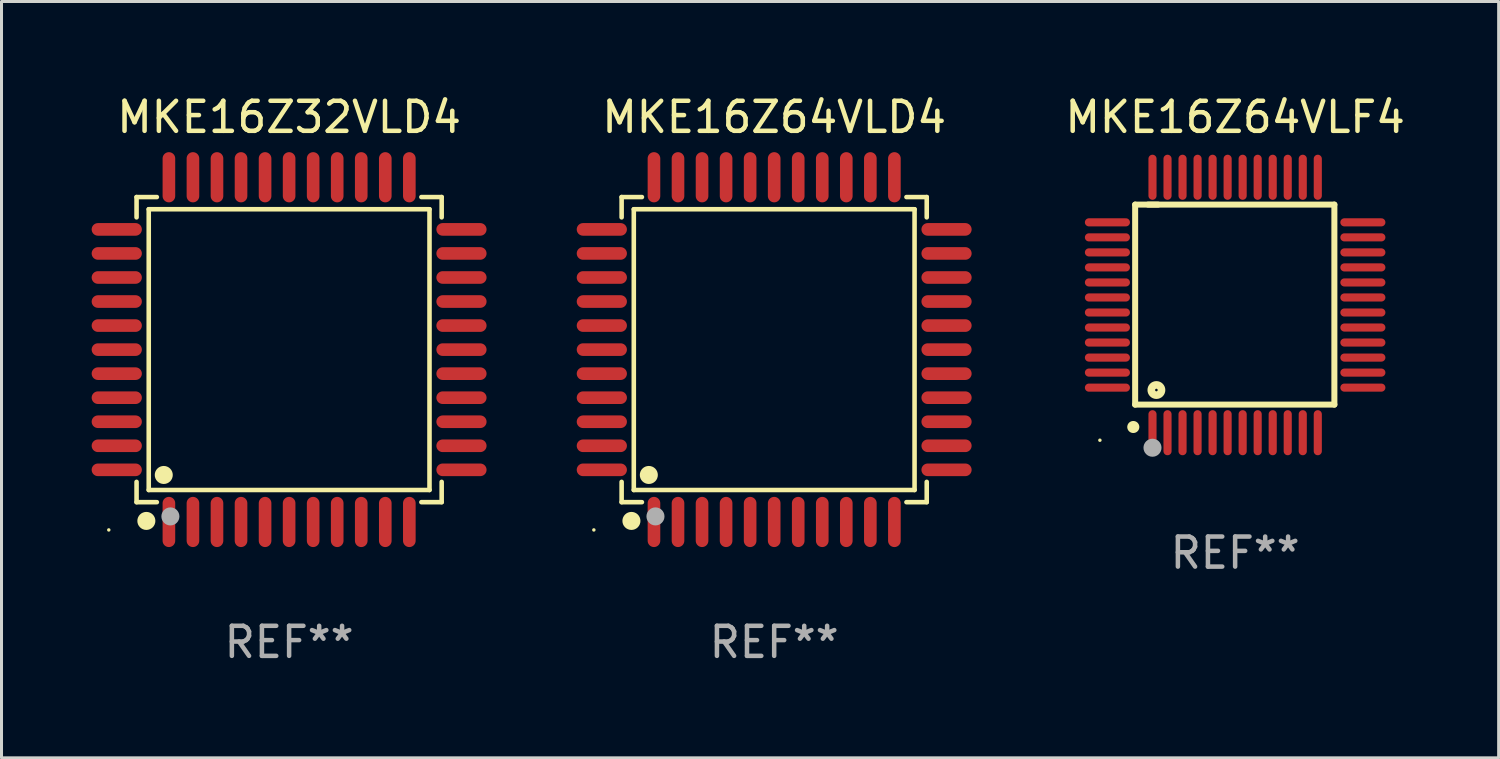
<source format=kicad_pcb>
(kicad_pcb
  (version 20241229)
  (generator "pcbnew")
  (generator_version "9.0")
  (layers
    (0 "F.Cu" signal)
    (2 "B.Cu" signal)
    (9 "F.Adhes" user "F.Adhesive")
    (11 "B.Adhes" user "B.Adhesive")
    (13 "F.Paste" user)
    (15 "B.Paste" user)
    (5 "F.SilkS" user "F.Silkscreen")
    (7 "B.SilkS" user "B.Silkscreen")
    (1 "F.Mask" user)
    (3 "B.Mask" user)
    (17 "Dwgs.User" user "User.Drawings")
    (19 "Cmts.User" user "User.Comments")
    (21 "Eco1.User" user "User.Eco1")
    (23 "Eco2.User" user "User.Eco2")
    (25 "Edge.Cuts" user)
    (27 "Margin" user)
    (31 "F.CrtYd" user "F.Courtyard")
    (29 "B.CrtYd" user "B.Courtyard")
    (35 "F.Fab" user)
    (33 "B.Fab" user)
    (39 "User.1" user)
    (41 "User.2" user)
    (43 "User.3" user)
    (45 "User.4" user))
  (footprint "MKE16Z64VLD4"
    (layer "F.Cu")
    (at 22.71 8.583)
    (property "Reference" "MKE16Z64VLD4" (at 0 -7.735 0) (layer "F.SilkS") (effects (font (size 1 1) (thickness 0.15))))
    (attr through_hole)
    (fp_line (start -5.076 -5.076) (end -4.401 -5.076) (stroke (width 0.152) (type solid)) (layer "F.SilkS"))
    (fp_line (start -5.076 -4.401) (end -5.076 -5.076) (stroke (width 0.152) (type solid)) (layer "F.SilkS"))
    (fp_line (start -5.076 4.401) (end -5.076 5.076) (stroke (width 0.152) (type solid)) (layer "F.SilkS"))
    (fp_line (start -5.076 5.076) (end -4.401 5.076) (stroke (width 0.152) (type solid)) (layer "F.SilkS"))
    (fp_line (start -4.671 -4.671) (end 4.671 -4.671) (stroke (width 0.152) (type solid)) (layer "F.SilkS"))
    (fp_line (start -4.671 4.671) (end -4.671 -4.671) (stroke (width 0.152) (type solid)) (layer "F.SilkS"))
    (fp_line (start 4.671 -4.671) (end 4.671 4.671) (stroke (width 0.152) (type solid)) (layer "F.SilkS"))
    (fp_line (start 4.671 4.671) (end -4.671 4.671) (stroke (width 0.152) (type solid)) (layer "F.SilkS"))
    (fp_line (start 5.076 -5.076) (end 4.401 -5.076) (stroke (width 0.152) (type solid)) (layer "F.SilkS"))
    (fp_line (start 5.076 -4.401) (end 5.076 -5.076) (stroke (width 0.152) (type solid)) (layer "F.SilkS"))
    (fp_line (start 5.076 4.401) (end 5.076 5.076) (stroke (width 0.152) (type solid)) (layer "F.SilkS"))
    (fp_line (start 5.076 5.076) (end 4.401 5.076) (stroke (width 0.152) (type solid)) (layer "F.SilkS"))
    (fp_circle (center -6 6) (end -5.97 6) (stroke (width 0.06) (type solid)) (fill no) (layer "F.SilkS"))
    (fp_circle (center -4.75 5.7) (end -4.6 5.7) (stroke (width 0.3) (type solid)) (fill no) (layer "F.SilkS"))
    (fp_circle (center -4.171 4.171) (end -4.021 4.171) (stroke (width 0.3) (type solid)) (fill no) (layer "F.SilkS"))
    (fp_circle (center -3.95 5.55) (end -3.8 5.55) (stroke (width 0.3) (type solid)) (fill no) (layer "F.Fab"))
    (fp_text user "REF**" (at 0 9.735 0) (layer "F.Fab") (effects (font (size 1 1) (thickness 0.15))))
    (pad "1" smd oval (at -4 5.735) (size 0.42 1.67) (layers "F.Cu" "F.Mask" "F.Paste"))
    (pad "2" smd oval (at -3.2 5.735) (size 0.42 1.67) (layers "F.Cu" "F.Mask" "F.Paste"))
    (pad "3" smd oval (at -2.4 5.735) (size 0.42 1.67) (layers "F.Cu" "F.Mask" "F.Paste"))
    (pad "4" smd oval (at -1.6 5.735) (size 0.42 1.67) (layers "F.Cu" "F.Mask" "F.Paste"))
    (pad "5" smd oval (at -0.8 5.735) (size 0.42 1.67) (layers "F.Cu" "F.Mask" "F.Paste"))
    (pad "6" smd oval (at 0 5.735) (size 0.42 1.67) (layers "F.Cu" "F.Mask" "F.Paste"))
    (pad "7" smd oval (at 0.8 5.735) (size 0.42 1.67) (layers "F.Cu" "F.Mask" "F.Paste"))
    (pad "8" smd oval (at 1.6 5.735) (size 0.42 1.67) (layers "F.Cu" "F.Mask" "F.Paste"))
    (pad "9" smd oval (at 2.4 5.735) (size 0.42 1.67) (layers "F.Cu" "F.Mask" "F.Paste"))
    (pad "10" smd oval (at 3.2 5.735) (size 0.42 1.67) (layers "F.Cu" "F.Mask" "F.Paste"))
    (pad "11" smd oval (at 4 5.735) (size 0.42 1.67) (layers "F.Cu" "F.Mask" "F.Paste"))
    (pad "12" smd oval (at 5.735 4) (size 1.67 0.42) (layers "F.Cu" "F.Mask" "F.Paste"))
    (pad "13" smd oval (at 5.735 3.2) (size 1.67 0.42) (layers "F.Cu" "F.Mask" "F.Paste"))
    (pad "14" smd oval (at 5.735 2.4) (size 1.67 0.42) (layers "F.Cu" "F.Mask" "F.Paste"))
    (pad "15" smd oval (at 5.735 1.6) (size 1.67 0.42) (layers "F.Cu" "F.Mask" "F.Paste"))
    (pad "16" smd oval (at 5.735 0.8) (size 1.67 0.42) (layers "F.Cu" "F.Mask" "F.Paste"))
    (pad "17" smd oval (at 5.735 0) (size 1.67 0.42) (layers "F.Cu" "F.Mask" "F.Paste"))
    (pad "18" smd oval (at 5.735 -0.8) (size 1.67 0.42) (layers "F.Cu" "F.Mask" "F.Paste"))
    (pad "19" smd oval (at 5.735 -1.6) (size 1.67 0.42) (layers "F.Cu" "F.Mask" "F.Paste"))
    (pad "20" smd oval (at 5.735 -2.4) (size 1.67 0.42) (layers "F.Cu" "F.Mask" "F.Paste"))
    (pad "21" smd oval (at 5.735 -3.2) (size 1.67 0.42) (layers "F.Cu" "F.Mask" "F.Paste"))
    (pad "22" smd oval (at 5.735 -4) (size 1.67 0.42) (layers "F.Cu" "F.Mask" "F.Paste"))
    (pad "23" smd oval (at 4 -5.735) (size 0.42 1.67) (layers "F.Cu" "F.Mask" "F.Paste"))
    (pad "24" smd oval (at 3.2 -5.735) (size 0.42 1.67) (layers "F.Cu" "F.Mask" "F.Paste"))
    (pad "25" smd oval (at 2.4 -5.735) (size 0.42 1.67) (layers "F.Cu" "F.Mask" "F.Paste"))
    (pad "26" smd oval (at 1.6 -5.735) (size 0.42 1.67) (layers "F.Cu" "F.Mask" "F.Paste"))
    (pad "27" smd oval (at 0.8 -5.735) (size 0.42 1.67) (layers "F.Cu" "F.Mask" "F.Paste"))
    (pad "28" smd oval (at 0 -5.735) (size 0.42 1.67) (layers "F.Cu" "F.Mask" "F.Paste"))
    (pad "29" smd oval (at -0.8 -5.735) (size 0.42 1.67) (layers "F.Cu" "F.Mask" "F.Paste"))
    (pad "30" smd oval (at -1.6 -5.735) (size 0.42 1.67) (layers "F.Cu" "F.Mask" "F.Paste"))
    (pad "31" smd oval (at -2.4 -5.735) (size 0.42 1.67) (layers "F.Cu" "F.Mask" "F.Paste"))
    (pad "32" smd oval (at -3.2 -5.735) (size 0.42 1.67) (layers "F.Cu" "F.Mask" "F.Paste"))
    (pad "33" smd oval (at -4 -5.735) (size 0.42 1.67) (layers "F.Cu" "F.Mask" "F.Paste"))
    (pad "34" smd oval (at -5.735 -4) (size 1.67 0.42) (layers "F.Cu" "F.Mask" "F.Paste"))
    (pad "35" smd oval (at -5.735 -3.2) (size 1.67 0.42) (layers "F.Cu" "F.Mask" "F.Paste"))
    (pad "36" smd oval (at -5.735 -2.4) (size 1.67 0.42) (layers "F.Cu" "F.Mask" "F.Paste"))
    (pad "37" smd oval (at -5.735 -1.6) (size 1.67 0.42) (layers "F.Cu" "F.Mask" "F.Paste"))
    (pad "38" smd oval (at -5.735 -0.8) (size 1.67 0.42) (layers "F.Cu" "F.Mask" "F.Paste"))
    (pad "39" smd oval (at -5.735 0) (size 1.67 0.42) (layers "F.Cu" "F.Mask" "F.Paste"))
    (pad "40" smd oval (at -5.735 0.8) (size 1.67 0.42) (layers "F.Cu" "F.Mask" "F.Paste"))
    (pad "41" smd oval (at -5.735 1.6) (size 1.67 0.42) (layers "F.Cu" "F.Mask" "F.Paste"))
    (pad "42" smd oval (at -5.735 2.4) (size 1.67 0.42) (layers "F.Cu" "F.Mask" "F.Paste"))
    (pad "43" smd oval (at -5.735 3.2) (size 1.67 0.42) (layers "F.Cu" "F.Mask" "F.Paste"))
    (pad "44" smd oval (at -5.735 4) (size 1.67 0.42) (layers "F.Cu" "F.Mask" "F.Paste")))
  (footprint "MKE16Z64VLF4"
    (layer "F.Cu")
    (at 38.048 7.098)
    (property "Reference" "MKE16Z64VLF4" (at 0 -6.25 0) (layer "F.SilkS") (effects (font (size 1 1) (thickness 0.15))))
    (attr through_hole)
    (fp_line (start -3.327 -3.34) (end -2.565 -3.34) (stroke (width 0.2) (type solid)) (layer "F.SilkS"))
    (fp_line (start -3.327 3.315) (end -3.327 -3.34) (stroke (width 0.2) (type solid)) (layer "F.SilkS"))
    (fp_line (start -2.896 -3.34) (end 3.302 -3.34) (stroke (width 0.2) (type solid)) (layer "F.SilkS"))
    (fp_line (start 3.302 -3.34) (end 3.302 3.315) (stroke (width 0.2) (type solid)) (layer "F.SilkS"))
    (fp_line (start 3.302 3.315) (end -3.327 3.315) (stroke (width 0.2) (type solid)) (layer "F.SilkS"))
    (fp_arc (start -3.389992 4.059995) (mid -3.388722 4.059991) (end -3.387452 4.059995) (stroke (width 0.4) (type solid)) (layer "F.SilkS"))
    (fp_circle (center -4.5 4.5) (end -4.47 4.5) (stroke (width 0.06) (type solid)) (fill no) (layer "F.SilkS"))
    (fp_circle (center -2.62 2.83) (end -2.45 2.83) (stroke (width 0.254) (type solid)) (fill no) (layer "F.SilkS"))
    (fp_circle (center -2.75 4.75) (end -2.6 4.75) (stroke (width 0.3) (type solid)) (fill no) (layer "F.Fab"))
    (fp_text user "REF**" (at 0 8.25 0) (layer "F.Fab") (effects (font (size 1 1) (thickness 0.15))))
    (pad "1" smd oval (at -2.75 4.25) (size 0.27 1.5) (layers "F.Cu" "F.Mask" "F.Paste"))
    (pad "2" smd oval (at -2.25 4.25) (size 0.27 1.5) (layers "F.Cu" "F.Mask" "F.Paste"))
    (pad "3" smd oval (at -1.75 4.25) (size 0.27 1.5) (layers "F.Cu" "F.Mask" "F.Paste"))
    (pad "4" smd oval (at -1.25 4.25) (size 0.27 1.5) (layers "F.Cu" "F.Mask" "F.Paste"))
    (pad "5" smd oval (at -0.75 4.25) (size 0.27 1.5) (layers "F.Cu" "F.Mask" "F.Paste"))
    (pad "6" smd oval (at -0.25 4.25) (size 0.27 1.5) (layers "F.Cu" "F.Mask" "F.Paste"))
    (pad "7" smd oval (at 0.25 4.25) (size 0.27 1.5) (layers "F.Cu" "F.Mask" "F.Paste"))
    (pad "8" smd oval (at 0.75 4.25) (size 0.27 1.5) (layers "F.Cu" "F.Mask" "F.Paste"))
    (pad "9" smd oval (at 1.25 4.25) (size 0.27 1.5) (layers "F.Cu" "F.Mask" "F.Paste"))
    (pad "10" smd oval (at 1.75 4.25) (size 0.27 1.5) (layers "F.Cu" "F.Mask" "F.Paste"))
    (pad "11" smd oval (at 2.25 4.25) (size 0.27 1.5) (layers "F.Cu" "F.Mask" "F.Paste"))
    (pad "12" smd oval (at 2.75 4.25) (size 0.27 1.5) (layers "F.Cu" "F.Mask" "F.Paste"))
    (pad "13" smd oval (at 4.25 2.75) (size 1.5 0.27) (layers "F.Cu" "F.Mask" "F.Paste"))
    (pad "14" smd oval (at 4.25 2.25) (size 1.5 0.27) (layers "F.Cu" "F.Mask" "F.Paste"))
    (pad "15" smd oval (at 4.25 1.75) (size 1.5 0.27) (layers "F.Cu" "F.Mask" "F.Paste"))
    (pad "16" smd oval (at 4.25 1.25) (size 1.5 0.27) (layers "F.Cu" "F.Mask" "F.Paste"))
    (pad "17" smd oval (at 4.25 0.75) (size 1.5 0.27) (layers "F.Cu" "F.Mask" "F.Paste"))
    (pad "18" smd oval (at 4.25 0.25) (size 1.5 0.27) (layers "F.Cu" "F.Mask" "F.Paste"))
    (pad "19" smd oval (at 4.25 -0.25) (size 1.5 0.27) (layers "F.Cu" "F.Mask" "F.Paste"))
    (pad "20" smd oval (at 4.25 -0.75) (size 1.5 0.27) (layers "F.Cu" "F.Mask" "F.Paste"))
    (pad "21" smd oval (at 4.25 -1.25) (size 1.5 0.27) (layers "F.Cu" "F.Mask" "F.Paste"))
    (pad "22" smd oval (at 4.25 -1.75) (size 1.5 0.27) (layers "F.Cu" "F.Mask" "F.Paste"))
    (pad "23" smd oval (at 4.25 -2.25) (size 1.5 0.27) (layers "F.Cu" "F.Mask" "F.Paste"))
    (pad "24" smd oval (at 4.25 -2.75) (size 1.5 0.27) (layers "F.Cu" "F.Mask" "F.Paste"))
    (pad "25" smd oval (at 2.75 -4.25) (size 0.27 1.5) (layers "F.Cu" "F.Mask" "F.Paste"))
    (pad "26" smd oval (at 2.25 -4.25) (size 0.27 1.5) (layers "F.Cu" "F.Mask" "F.Paste"))
    (pad "27" smd oval (at 1.75 -4.25) (size 0.27 1.5) (layers "F.Cu" "F.Mask" "F.Paste"))
    (pad "28" smd oval (at 1.25 -4.25) (size 0.27 1.5) (layers "F.Cu" "F.Mask" "F.Paste"))
    (pad "29" smd oval (at 0.75 -4.25) (size 0.27 1.5) (layers "F.Cu" "F.Mask" "F.Paste"))
    (pad "30" smd oval (at 0.25 -4.25) (size 0.27 1.5) (layers "F.Cu" "F.Mask" "F.Paste"))
    (pad "31" smd oval (at -0.25 -4.25) (size 0.27 1.5) (layers "F.Cu" "F.Mask" "F.Paste"))
    (pad "32" smd oval (at -0.75 -4.25) (size 0.27 1.5) (layers "F.Cu" "F.Mask" "F.Paste"))
    (pad "33" smd oval (at -1.25 -4.25) (size 0.27 1.5) (layers "F.Cu" "F.Mask" "F.Paste"))
    (pad "34" smd oval (at -1.75 -4.25) (size 0.27 1.5) (layers "F.Cu" "F.Mask" "F.Paste"))
    (pad "35" smd oval (at -2.25 -4.25) (size 0.27 1.5) (layers "F.Cu" "F.Mask" "F.Paste"))
    (pad "36" smd oval (at -2.75 -4.25) (size 0.27 1.5) (layers "F.Cu" "F.Mask" "F.Paste"))
    (pad "37" smd oval (at -4.25 -2.75) (size 1.5 0.27) (layers "F.Cu" "F.Mask" "F.Paste"))
    (pad "38" smd oval (at -4.25 -2.25) (size 1.5 0.27) (layers "F.Cu" "F.Mask" "F.Paste"))
    (pad "39" smd oval (at -4.25 -1.75) (size 1.5 0.27) (layers "F.Cu" "F.Mask" "F.Paste"))
    (pad "40" smd oval (at -4.25 -1.25) (size 1.5 0.27) (layers "F.Cu" "F.Mask" "F.Paste"))
    (pad "41" smd oval (at -4.25 -0.75) (size 1.5 0.27) (layers "F.Cu" "F.Mask" "F.Paste"))
    (pad "42" smd oval (at -4.25 -0.25) (size 1.5 0.27) (layers "F.Cu" "F.Mask" "F.Paste"))
    (pad "43" smd oval (at -4.25 0.25) (size 1.5 0.27) (layers "F.Cu" "F.Mask" "F.Paste"))
    (pad "44" smd oval (at -4.25 0.75) (size 1.5 0.27) (layers "F.Cu" "F.Mask" "F.Paste"))
    (pad "45" smd oval (at -4.25 1.25) (size 1.5 0.27) (layers "F.Cu" "F.Mask" "F.Paste"))
    (pad "46" smd oval (at -4.25 1.75) (size 1.5 0.27) (layers "F.Cu" "F.Mask" "F.Paste"))
    (pad "47" smd oval (at -4.25 2.25) (size 1.5 0.27) (layers "F.Cu" "F.Mask" "F.Paste"))
    (pad "48" smd oval (at -4.25 2.75) (size 1.5 0.27) (layers "F.Cu" "F.Mask" "F.Paste")))
  (footprint "MKE16Z32VLD4"
    (layer "F.Cu")
    (at 6.57 8.583)
    (property "Reference" "MKE16Z32VLD4" (at 0 -7.735 0) (layer "F.SilkS") (effects (font (size 1 1) (thickness 0.15))))
    (attr through_hole)
    (fp_line (start -5.076 -5.076) (end -4.401 -5.076) (stroke (width 0.152) (type solid)) (layer "F.SilkS"))
    (fp_line (start -5.076 -4.401) (end -5.076 -5.076) (stroke (width 0.152) (type solid)) (layer "F.SilkS"))
    (fp_line (start -5.076 4.401) (end -5.076 5.076) (stroke (width 0.152) (type solid)) (layer "F.SilkS"))
    (fp_line (start -5.076 5.076) (end -4.401 5.076) (stroke (width 0.152) (type solid)) (layer "F.SilkS"))
    (fp_line (start -4.671 -4.671) (end 4.671 -4.671) (stroke (width 0.152) (type solid)) (layer "F.SilkS"))
    (fp_line (start -4.671 4.671) (end -4.671 -4.671) (stroke (width 0.152) (type solid)) (layer "F.SilkS"))
    (fp_line (start 4.671 -4.671) (end 4.671 4.671) (stroke (width 0.152) (type solid)) (layer "F.SilkS"))
    (fp_line (start 4.671 4.671) (end -4.671 4.671) (stroke (width 0.152) (type solid)) (layer "F.SilkS"))
    (fp_line (start 5.076 -5.076) (end 4.401 -5.076) (stroke (width 0.152) (type solid)) (layer "F.SilkS"))
    (fp_line (start 5.076 -4.401) (end 5.076 -5.076) (stroke (width 0.152) (type solid)) (layer "F.SilkS"))
    (fp_line (start 5.076 4.401) (end 5.076 5.076) (stroke (width 0.152) (type solid)) (layer "F.SilkS"))
    (fp_line (start 5.076 5.076) (end 4.401 5.076) (stroke (width 0.152) (type solid)) (layer "F.SilkS"))
    (fp_circle (center -6 6) (end -5.97 6) (stroke (width 0.06) (type solid)) (fill no) (layer "F.SilkS"))
    (fp_circle (center -4.75 5.7) (end -4.6 5.7) (stroke (width 0.3) (type solid)) (fill no) (layer "F.SilkS"))
    (fp_circle (center -4.171 4.171) (end -4.021 4.171) (stroke (width 0.3) (type solid)) (fill no) (layer "F.SilkS"))
    (fp_circle (center -3.95 5.55) (end -3.8 5.55) (stroke (width 0.3) (type solid)) (fill no) (layer "F.Fab"))
    (fp_text user "REF**" (at 0 9.735 0) (layer "F.Fab") (effects (font (size 1 1) (thickness 0.15))))
    (pad "1" smd oval (at -4 5.735) (size 0.42 1.67) (layers "F.Cu" "F.Mask" "F.Paste"))
    (pad "2" smd oval (at -3.2 5.735) (size 0.42 1.67) (layers "F.Cu" "F.Mask" "F.Paste"))
    (pad "3" smd oval (at -2.4 5.735) (size 0.42 1.67) (layers "F.Cu" "F.Mask" "F.Paste"))
    (pad "4" smd oval (at -1.6 5.735) (size 0.42 1.67) (layers "F.Cu" "F.Mask" "F.Paste"))
    (pad "5" smd oval (at -0.8 5.735) (size 0.42 1.67) (layers "F.Cu" "F.Mask" "F.Paste"))
    (pad "6" smd oval (at 0 5.735) (size 0.42 1.67) (layers "F.Cu" "F.Mask" "F.Paste"))
    (pad "7" smd oval (at 0.8 5.735) (size 0.42 1.67) (layers "F.Cu" "F.Mask" "F.Paste"))
    (pad "8" smd oval (at 1.6 5.735) (size 0.42 1.67) (layers "F.Cu" "F.Mask" "F.Paste"))
    (pad "9" smd oval (at 2.4 5.735) (size 0.42 1.67) (layers "F.Cu" "F.Mask" "F.Paste"))
    (pad "10" smd oval (at 3.2 5.735) (size 0.42 1.67) (layers "F.Cu" "F.Mask" "F.Paste"))
    (pad "11" smd oval (at 4 5.735) (size 0.42 1.67) (layers "F.Cu" "F.Mask" "F.Paste"))
    (pad "12" smd oval (at 5.735 4) (size 1.67 0.42) (layers "F.Cu" "F.Mask" "F.Paste"))
    (pad "13" smd oval (at 5.735 3.2) (size 1.67 0.42) (layers "F.Cu" "F.Mask" "F.Paste"))
    (pad "14" smd oval (at 5.735 2.4) (size 1.67 0.42) (layers "F.Cu" "F.Mask" "F.Paste"))
    (pad "15" smd oval (at 5.735 1.6) (size 1.67 0.42) (layers "F.Cu" "F.Mask" "F.Paste"))
    (pad "16" smd oval (at 5.735 0.8) (size 1.67 0.42) (layers "F.Cu" "F.Mask" "F.Paste"))
    (pad "17" smd oval (at 5.735 0) (size 1.67 0.42) (layers "F.Cu" "F.Mask" "F.Paste"))
    (pad "18" smd oval (at 5.735 -0.8) (size 1.67 0.42) (layers "F.Cu" "F.Mask" "F.Paste"))
    (pad "19" smd oval (at 5.735 -1.6) (size 1.67 0.42) (layers "F.Cu" "F.Mask" "F.Paste"))
    (pad "20" smd oval (at 5.735 -2.4) (size 1.67 0.42) (layers "F.Cu" "F.Mask" "F.Paste"))
    (pad "21" smd oval (at 5.735 -3.2) (size 1.67 0.42) (layers "F.Cu" "F.Mask" "F.Paste"))
    (pad "22" smd oval (at 5.735 -4) (size 1.67 0.42) (layers "F.Cu" "F.Mask" "F.Paste"))
    (pad "23" smd oval (at 4 -5.735) (size 0.42 1.67) (layers "F.Cu" "F.Mask" "F.Paste"))
    (pad "24" smd oval (at 3.2 -5.735) (size 0.42 1.67) (layers "F.Cu" "F.Mask" "F.Paste"))
    (pad "25" smd oval (at 2.4 -5.735) (size 0.42 1.67) (layers "F.Cu" "F.Mask" "F.Paste"))
    (pad "26" smd oval (at 1.6 -5.735) (size 0.42 1.67) (layers "F.Cu" "F.Mask" "F.Paste"))
    (pad "27" smd oval (at 0.8 -5.735) (size 0.42 1.67) (layers "F.Cu" "F.Mask" "F.Paste"))
    (pad "28" smd oval (at 0 -5.735) (size 0.42 1.67) (layers "F.Cu" "F.Mask" "F.Paste"))
    (pad "29" smd oval (at -0.8 -5.735) (size 0.42 1.67) (layers "F.Cu" "F.Mask" "F.Paste"))
    (pad "30" smd oval (at -1.6 -5.735) (size 0.42 1.67) (layers "F.Cu" "F.Mask" "F.Paste"))
    (pad "31" smd oval (at -2.4 -5.735) (size 0.42 1.67) (layers "F.Cu" "F.Mask" "F.Paste"))
    (pad "32" smd oval (at -3.2 -5.735) (size 0.42 1.67) (layers "F.Cu" "F.Mask" "F.Paste"))
    (pad "33" smd oval (at -4 -5.735) (size 0.42 1.67) (layers "F.Cu" "F.Mask" "F.Paste"))
    (pad "34" smd oval (at -5.735 -4) (size 1.67 0.42) (layers "F.Cu" "F.Mask" "F.Paste"))
    (pad "35" smd oval (at -5.735 -3.2) (size 1.67 0.42) (layers "F.Cu" "F.Mask" "F.Paste"))
    (pad "36" smd oval (at -5.735 -2.4) (size 1.67 0.42) (layers "F.Cu" "F.Mask" "F.Paste"))
    (pad "37" smd oval (at -5.735 -1.6) (size 1.67 0.42) (layers "F.Cu" "F.Mask" "F.Paste"))
    (pad "38" smd oval (at -5.735 -0.8) (size 1.67 0.42) (layers "F.Cu" "F.Mask" "F.Paste"))
    (pad "39" smd oval (at -5.735 0) (size 1.67 0.42) (layers "F.Cu" "F.Mask" "F.Paste"))
    (pad "40" smd oval (at -5.735 0.8) (size 1.67 0.42) (layers "F.Cu" "F.Mask" "F.Paste"))
    (pad "41" smd oval (at -5.735 1.6) (size 1.67 0.42) (layers "F.Cu" "F.Mask" "F.Paste"))
    (pad "42" smd oval (at -5.735 2.4) (size 1.67 0.42) (layers "F.Cu" "F.Mask" "F.Paste"))
    (pad "43" smd oval (at -5.735 3.2) (size 1.67 0.42) (layers "F.Cu" "F.Mask" "F.Paste"))
    (pad "44" smd oval (at -5.735 4) (size 1.67 0.42) (layers "F.Cu" "F.Mask" "F.Paste")))
  (gr_rect
    (start -3 -3)
    (end 46.816 22.167)
    (stroke (width 0.1) (type default))
    (fill no)
    (layer "Edge.Cuts")))
</source>
